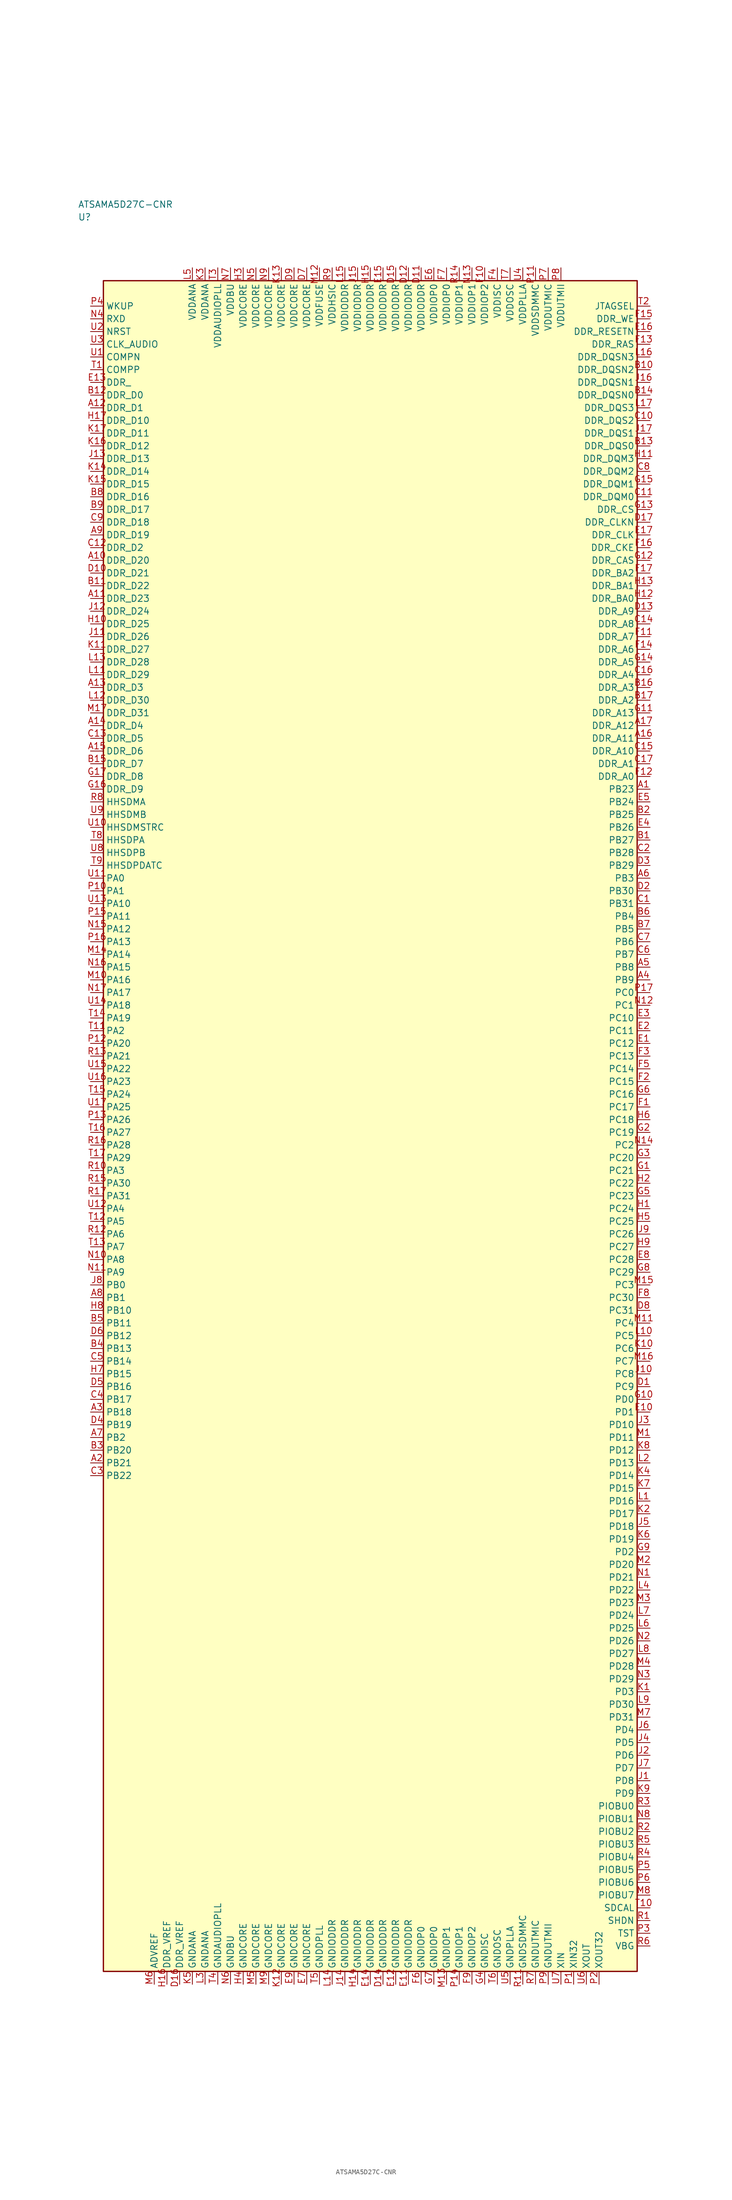
<source format=kicad_sym>
(kicad_symbol_lib
  (version 20241025)
  (generator "kicad_symbol_editor")
  (generator_version "8.0")
  (symbol "ATSAMA5D27C-CNR"
    (property "Reference" "U"
      (at -57.5 178.75 0)
      (effects (font (size 1.27 1.27)) (justify left)))
    (property "Value" "ATSAMA5D27C-CNR"
      (at -57.5 181.25 0)
      (effects (font (size 1.27 1.27)) (justify left)))
    (symbol "ATSAMA5D27C-CNR_0_1"
      (rectangle (start -52.5 166.25) (end 52.5 -166.25) (stroke (width 0.254) (type default)) (fill (type background))))
    (symbol "ATSAMA5D27C-CNR_1_1"
      (pin bidirectional line (at -55.04 48.75 0.0) (length 2.54) (name "PA0" (effects (font (size 1.27 1.27)))) (number "U11" (effects (font (size 1.27 1.27)))))
      (pin bidirectional line (at -55.04 46.25 0.0) (length 2.54) (name "PA1" (effects (font (size 1.27 1.27)))) (number "P10" (effects (font (size 1.27 1.27)))))
      (pin bidirectional line (at -55.04 18.75 0.0) (length 2.54) (name "PA2" (effects (font (size 1.27 1.27)))) (number "T11" (effects (font (size 1.27 1.27)))))
      (pin bidirectional line (at -55.04 -8.75 0.0) (length 2.54) (name "PA3" (effects (font (size 1.27 1.27)))) (number "R10" (effects (font (size 1.27 1.27)))))
      (pin bidirectional line (at -55.04 -16.25 0.0) (length 2.54) (name "PA4" (effects (font (size 1.27 1.27)))) (number "U12" (effects (font (size 1.27 1.27)))))
      (pin bidirectional line (at -55.04 -18.75 0.0) (length 2.54) (name "PA5" (effects (font (size 1.27 1.27)))) (number "T12" (effects (font (size 1.27 1.27)))))
      (pin bidirectional line (at -55.04 -21.25 0.0) (length 2.54) (name "PA6" (effects (font (size 1.27 1.27)))) (number "R12" (effects (font (size 1.27 1.27)))))
      (pin bidirectional line (at -55.04 -23.75 0.0) (length 2.54) (name "PA7" (effects (font (size 1.27 1.27)))) (number "T13" (effects (font (size 1.27 1.27)))))
      (pin bidirectional line (at -55.04 -26.25 0.0) (length 2.54) (name "PA8" (effects (font (size 1.27 1.27)))) (number "N10" (effects (font (size 1.27 1.27)))))
      (pin bidirectional line (at -55.04 -28.75 0.0) (length 2.54) (name "PA9" (effects (font (size 1.27 1.27)))) (number "N11" (effects (font (size 1.27 1.27)))))
      (pin bidirectional line (at -55.04 43.75 0.0) (length 2.54) (name "PA10" (effects (font (size 1.27 1.27)))) (number "U13" (effects (font (size 1.27 1.27)))))
      (pin bidirectional line (at -55.04 41.25 0.0) (length 2.54) (name "PA11" (effects (font (size 1.27 1.27)))) (number "P15" (effects (font (size 1.27 1.27)))))
      (pin bidirectional line (at -55.04 38.75 0.0) (length 2.54) (name "PA12" (effects (font (size 1.27 1.27)))) (number "N15" (effects (font (size 1.27 1.27)))))
      (pin bidirectional line (at -55.04 36.25 0.0) (length 2.54) (name "PA13" (effects (font (size 1.27 1.27)))) (number "P16" (effects (font (size 1.27 1.27)))))
      (pin bidirectional line (at -55.04 33.75 0.0) (length 2.54) (name "PA14" (effects (font (size 1.27 1.27)))) (number "M14" (effects (font (size 1.27 1.27)))))
      (pin bidirectional line (at -55.04 31.25 0.0) (length 2.54) (name "PA15" (effects (font (size 1.27 1.27)))) (number "N16" (effects (font (size 1.27 1.27)))))
      (pin bidirectional line (at -55.04 28.75 0.0) (length 2.54) (name "PA16" (effects (font (size 1.27 1.27)))) (number "M10" (effects (font (size 1.27 1.27)))))
      (pin bidirectional line (at -55.04 26.25 0.0) (length 2.54) (name "PA17" (effects (font (size 1.27 1.27)))) (number "N17" (effects (font (size 1.27 1.27)))))
      (pin bidirectional line (at -55.04 23.75 0.0) (length 2.54) (name "PA18" (effects (font (size 1.27 1.27)))) (number "U14" (effects (font (size 1.27 1.27)))))
      (pin bidirectional line (at -55.04 21.25 0.0) (length 2.54) (name "PA19" (effects (font (size 1.27 1.27)))) (number "T14" (effects (font (size 1.27 1.27)))))
      (pin bidirectional line (at -55.04 16.25 0.0) (length 2.54) (name "PA20" (effects (font (size 1.27 1.27)))) (number "P12" (effects (font (size 1.27 1.27)))))
      (pin bidirectional line (at -55.04 13.75 0.0) (length 2.54) (name "PA21" (effects (font (size 1.27 1.27)))) (number "R13" (effects (font (size 1.27 1.27)))))
      (pin bidirectional line (at -55.04 11.25 0.0) (length 2.54) (name "PA22" (effects (font (size 1.27 1.27)))) (number "U15" (effects (font (size 1.27 1.27)))))
      (pin bidirectional line (at -55.04 8.75 0.0) (length 2.54) (name "PA23" (effects (font (size 1.27 1.27)))) (number "U16" (effects (font (size 1.27 1.27)))))
      (pin bidirectional line (at -55.04 6.25 0.0) (length 2.54) (name "PA24" (effects (font (size 1.27 1.27)))) (number "T15" (effects (font (size 1.27 1.27)))))
      (pin bidirectional line (at -55.04 3.75 0.0) (length 2.54) (name "PA25" (effects (font (size 1.27 1.27)))) (number "U17" (effects (font (size 1.27 1.27)))))
      (pin bidirectional line (at -55.04 1.25 0.0) (length 2.54) (name "PA26" (effects (font (size 1.27 1.27)))) (number "P13" (effects (font (size 1.27 1.27)))))
      (pin bidirectional line (at -55.04 -1.25 0.0) (length 2.54) (name "PA27" (effects (font (size 1.27 1.27)))) (number "T16" (effects (font (size 1.27 1.27)))))
      (pin bidirectional line (at -55.04 -3.75 0.0) (length 2.54) (name "PA28" (effects (font (size 1.27 1.27)))) (number "R16" (effects (font (size 1.27 1.27)))))
      (pin bidirectional line (at -55.04 -6.25 0.0) (length 2.54) (name "PA29" (effects (font (size 1.27 1.27)))) (number "T17" (effects (font (size 1.27 1.27)))))
      (pin bidirectional line (at -55.04 -11.25 0.0) (length 2.54) (name "PA30" (effects (font (size 1.27 1.27)))) (number "R15" (effects (font (size 1.27 1.27)))))
      (pin bidirectional line (at -55.04 -13.75 0.0) (length 2.54) (name "PA31" (effects (font (size 1.27 1.27)))) (number "R17" (effects (font (size 1.27 1.27)))))
      (pin bidirectional line (at -55.04 -31.25 0.0) (length 2.54) (name "PB0" (effects (font (size 1.27 1.27)))) (number "J8" (effects (font (size 1.27 1.27)))))
      (pin bidirectional line (at -55.04 -33.75 0.0) (length 2.54) (name "PB1" (effects (font (size 1.27 1.27)))) (number "A8" (effects (font (size 1.27 1.27)))))
      (pin bidirectional line (at -55.04 -61.25 0.0) (length 2.54) (name "PB2" (effects (font (size 1.27 1.27)))) (number "A7" (effects (font (size 1.27 1.27)))))
      (pin bidirectional line (at 55.04 48.75 180.0) (length 2.54) (name "PB3" (effects (font (size 1.27 1.27)))) (number "A6" (effects (font (size 1.27 1.27)))))
      (pin bidirectional line (at 55.04 41.25 180.0) (length 2.54) (name "PB4" (effects (font (size 1.27 1.27)))) (number "B6" (effects (font (size 1.27 1.27)))))
      (pin bidirectional line (at 55.04 38.75 180.0) (length 2.54) (name "PB5" (effects (font (size 1.27 1.27)))) (number "B7" (effects (font (size 1.27 1.27)))))
      (pin bidirectional line (at 55.04 36.25 180.0) (length 2.54) (name "PB6" (effects (font (size 1.27 1.27)))) (number "C7" (effects (font (size 1.27 1.27)))))
      (pin bidirectional line (at 55.04 33.75 180.0) (length 2.54) (name "PB7" (effects (font (size 1.27 1.27)))) (number "C6" (effects (font (size 1.27 1.27)))))
      (pin bidirectional line (at 55.04 31.25 180.0) (length 2.54) (name "PB8" (effects (font (size 1.27 1.27)))) (number "A5" (effects (font (size 1.27 1.27)))))
      (pin bidirectional line (at 55.04 28.75 180.0) (length 2.54) (name "PB9" (effects (font (size 1.27 1.27)))) (number "A4" (effects (font (size 1.27 1.27)))))
      (pin bidirectional line (at -55.04 -36.25 0.0) (length 2.54) (name "PB10" (effects (font (size 1.27 1.27)))) (number "H8" (effects (font (size 1.27 1.27)))))
      (pin bidirectional line (at -55.04 -38.75 0.0) (length 2.54) (name "PB11" (effects (font (size 1.27 1.27)))) (number "B5" (effects (font (size 1.27 1.27)))))
      (pin bidirectional line (at -55.04 -41.25 0.0) (length 2.54) (name "PB12" (effects (font (size 1.27 1.27)))) (number "D6" (effects (font (size 1.27 1.27)))))
      (pin bidirectional line (at -55.04 -43.75 0.0) (length 2.54) (name "PB13" (effects (font (size 1.27 1.27)))) (number "B4" (effects (font (size 1.27 1.27)))))
      (pin bidirectional line (at -55.04 -46.25 0.0) (length 2.54) (name "PB14" (effects (font (size 1.27 1.27)))) (number "C5" (effects (font (size 1.27 1.27)))))
      (pin bidirectional line (at -55.04 -48.75 0.0) (length 2.54) (name "PB15" (effects (font (size 1.27 1.27)))) (number "H7" (effects (font (size 1.27 1.27)))))
      (pin bidirectional line (at -55.04 -51.25 0.0) (length 2.54) (name "PB16" (effects (font (size 1.27 1.27)))) (number "D5" (effects (font (size 1.27 1.27)))))
      (pin bidirectional line (at -55.04 -53.75 0.0) (length 2.54) (name "PB17" (effects (font (size 1.27 1.27)))) (number "C4" (effects (font (size 1.27 1.27)))))
      (pin bidirectional line (at -55.04 -56.25 0.0) (length 2.54) (name "PB18" (effects (font (size 1.27 1.27)))) (number "A3" (effects (font (size 1.27 1.27)))))
      (pin bidirectional line (at -55.04 -58.75 0.0) (length 2.54) (name "PB19" (effects (font (size 1.27 1.27)))) (number "D4" (effects (font (size 1.27 1.27)))))
      (pin bidirectional line (at -55.04 -63.75 0.0) (length 2.54) (name "PB20" (effects (font (size 1.27 1.27)))) (number "B3" (effects (font (size 1.27 1.27)))))
      (pin bidirectional line (at -55.04 -66.25 0.0) (length 2.54) (name "PB21" (effects (font (size 1.27 1.27)))) (number "A2" (effects (font (size 1.27 1.27)))))
      (pin bidirectional line (at -55.04 -68.75 0.0) (length 2.54) (name "PB22" (effects (font (size 1.27 1.27)))) (number "C3" (effects (font (size 1.27 1.27)))))
      (pin bidirectional line (at 55.04 66.25 180.0) (length 2.54) (name "PB23" (effects (font (size 1.27 1.27)))) (number "A1" (effects (font (size 1.27 1.27)))))
      (pin bidirectional line (at 55.04 63.75 180.0) (length 2.54) (name "PB24" (effects (font (size 1.27 1.27)))) (number "E5" (effects (font (size 1.27 1.27)))))
      (pin bidirectional line (at 55.04 61.25 180.0) (length 2.54) (name "PB25" (effects (font (size 1.27 1.27)))) (number "B2" (effects (font (size 1.27 1.27)))))
      (pin bidirectional line (at 55.04 58.75 180.0) (length 2.54) (name "PB26" (effects (font (size 1.27 1.27)))) (number "E4" (effects (font (size 1.27 1.27)))))
      (pin bidirectional line (at 55.04 56.25 180.0) (length 2.54) (name "PB27" (effects (font (size 1.27 1.27)))) (number "B1" (effects (font (size 1.27 1.27)))))
      (pin bidirectional line (at 55.04 53.75 180.0) (length 2.54) (name "PB28" (effects (font (size 1.27 1.27)))) (number "C2" (effects (font (size 1.27 1.27)))))
      (pin bidirectional line (at 55.04 51.25 180.0) (length 2.54) (name "PB29" (effects (font (size 1.27 1.27)))) (number "D3" (effects (font (size 1.27 1.27)))))
      (pin bidirectional line (at 55.04 46.25 180.0) (length 2.54) (name "PB30" (effects (font (size 1.27 1.27)))) (number "D2" (effects (font (size 1.27 1.27)))))
      (pin bidirectional line (at 55.04 43.75 180.0) (length 2.54) (name "PB31" (effects (font (size 1.27 1.27)))) (number "C1" (effects (font (size 1.27 1.27)))))
      (pin bidirectional line (at 55.04 26.25 180.0) (length 2.54) (name "PC0" (effects (font (size 1.27 1.27)))) (number "P17" (effects (font (size 1.27 1.27)))))
      (pin bidirectional line (at 55.04 23.75 180.0) (length 2.54) (name "PC1" (effects (font (size 1.27 1.27)))) (number "N12" (effects (font (size 1.27 1.27)))))
      (pin bidirectional line (at 55.04 -3.75 180.0) (length 2.54) (name "PC2" (effects (font (size 1.27 1.27)))) (number "N14" (effects (font (size 1.27 1.27)))))
      (pin bidirectional line (at 55.04 -31.25 180.0) (length 2.54) (name "PC3" (effects (font (size 1.27 1.27)))) (number "M15" (effects (font (size 1.27 1.27)))))
      (pin bidirectional line (at 55.04 -38.75 180.0) (length 2.54) (name "PC4" (effects (font (size 1.27 1.27)))) (number "M11" (effects (font (size 1.27 1.27)))))
      (pin bidirectional line (at 55.04 -41.25 180.0) (length 2.54) (name "PC5" (effects (font (size 1.27 1.27)))) (number "L10" (effects (font (size 1.27 1.27)))))
      (pin bidirectional line (at 55.04 -43.75 180.0) (length 2.54) (name "PC6" (effects (font (size 1.27 1.27)))) (number "K10" (effects (font (size 1.27 1.27)))))
      (pin bidirectional line (at 55.04 -46.25 180.0) (length 2.54) (name "PC7" (effects (font (size 1.27 1.27)))) (number "M16" (effects (font (size 1.27 1.27)))))
      (pin bidirectional line (at 55.04 -48.75 180.0) (length 2.54) (name "PC8" (effects (font (size 1.27 1.27)))) (number "J10" (effects (font (size 1.27 1.27)))))
      (pin bidirectional line (at 55.04 -51.25 180.0) (length 2.54) (name "PC9" (effects (font (size 1.27 1.27)))) (number "D1" (effects (font (size 1.27 1.27)))))
      (pin bidirectional line (at 55.04 21.25 180.0) (length 2.54) (name "PC10" (effects (font (size 1.27 1.27)))) (number "E3" (effects (font (size 1.27 1.27)))))
      (pin bidirectional line (at 55.04 18.75 180.0) (length 2.54) (name "PC11" (effects (font (size 1.27 1.27)))) (number "E2" (effects (font (size 1.27 1.27)))))
      (pin bidirectional line (at 55.04 16.25 180.0) (length 2.54) (name "PC12" (effects (font (size 1.27 1.27)))) (number "E1" (effects (font (size 1.27 1.27)))))
      (pin bidirectional line (at 55.04 13.75 180.0) (length 2.54) (name "PC13" (effects (font (size 1.27 1.27)))) (number "F3" (effects (font (size 1.27 1.27)))))
      (pin bidirectional line (at 55.04 11.25 180.0) (length 2.54) (name "PC14" (effects (font (size 1.27 1.27)))) (number "F5" (effects (font (size 1.27 1.27)))))
      (pin bidirectional line (at 55.04 8.75 180.0) (length 2.54) (name "PC15" (effects (font (size 1.27 1.27)))) (number "F2" (effects (font (size 1.27 1.27)))))
      (pin bidirectional line (at 55.04 6.25 180.0) (length 2.54) (name "PC16" (effects (font (size 1.27 1.27)))) (number "G6" (effects (font (size 1.27 1.27)))))
      (pin bidirectional line (at 55.04 3.75 180.0) (length 2.54) (name "PC17" (effects (font (size 1.27 1.27)))) (number "F1" (effects (font (size 1.27 1.27)))))
      (pin bidirectional line (at 55.04 1.25 180.0) (length 2.54) (name "PC18" (effects (font (size 1.27 1.27)))) (number "H6" (effects (font (size 1.27 1.27)))))
      (pin bidirectional line (at 55.04 -1.25 180.0) (length 2.54) (name "PC19" (effects (font (size 1.27 1.27)))) (number "G2" (effects (font (size 1.27 1.27)))))
      (pin bidirectional line (at 55.04 -6.25 180.0) (length 2.54) (name "PC20" (effects (font (size 1.27 1.27)))) (number "G3" (effects (font (size 1.27 1.27)))))
      (pin bidirectional line (at 55.04 -8.75 180.0) (length 2.54) (name "PC21" (effects (font (size 1.27 1.27)))) (number "G1" (effects (font (size 1.27 1.27)))))
      (pin bidirectional line (at 55.04 -11.25 180.0) (length 2.54) (name "PC22" (effects (font (size 1.27 1.27)))) (number "H2" (effects (font (size 1.27 1.27)))))
      (pin bidirectional line (at 55.04 -13.75 180.0) (length 2.54) (name "PC23" (effects (font (size 1.27 1.27)))) (number "G5" (effects (font (size 1.27 1.27)))))
      (pin bidirectional line (at 55.04 -16.25 180.0) (length 2.54) (name "PC24" (effects (font (size 1.27 1.27)))) (number "H1" (effects (font (size 1.27 1.27)))))
      (pin bidirectional line (at 55.04 -18.75 180.0) (length 2.54) (name "PC25" (effects (font (size 1.27 1.27)))) (number "H5" (effects (font (size 1.27 1.27)))))
      (pin bidirectional line (at 55.04 -21.25 180.0) (length 2.54) (name "PC26" (effects (font (size 1.27 1.27)))) (number "J9" (effects (font (size 1.27 1.27)))))
      (pin bidirectional line (at 55.04 -23.75 180.0) (length 2.54) (name "PC27" (effects (font (size 1.27 1.27)))) (number "H9" (effects (font (size 1.27 1.27)))))
      (pin bidirectional line (at 55.04 -26.25 180.0) (length 2.54) (name "PC28" (effects (font (size 1.27 1.27)))) (number "E8" (effects (font (size 1.27 1.27)))))
      (pin bidirectional line (at 55.04 -28.75 180.0) (length 2.54) (name "PC29" (effects (font (size 1.27 1.27)))) (number "G8" (effects (font (size 1.27 1.27)))))
      (pin bidirectional line (at 55.04 -33.75 180.0) (length 2.54) (name "PC30" (effects (font (size 1.27 1.27)))) (number "F8" (effects (font (size 1.27 1.27)))))
      (pin bidirectional line (at 55.04 -36.25 180.0) (length 2.54) (name "PC31" (effects (font (size 1.27 1.27)))) (number "D8" (effects (font (size 1.27 1.27)))))
      (pin bidirectional line (at 55.04 -53.75 180.0) (length 2.54) (name "PD0" (effects (font (size 1.27 1.27)))) (number "G10" (effects (font (size 1.27 1.27)))))
      (pin bidirectional line (at 55.04 -56.25 180.0) (length 2.54) (name "PD1" (effects (font (size 1.27 1.27)))) (number "E10" (effects (font (size 1.27 1.27)))))
      (pin bidirectional line (at 55.04 -83.75 180.0) (length 2.54) (name "PD2" (effects (font (size 1.27 1.27)))) (number "G9" (effects (font (size 1.27 1.27)))))
      (pin bidirectional line (at 55.04 -111.25 180.0) (length 2.54) (name "PD3" (effects (font (size 1.27 1.27)))) (number "K1" (effects (font (size 1.27 1.27)))))
      (pin bidirectional line (at 55.04 -118.75 180.0) (length 2.54) (name "PD4" (effects (font (size 1.27 1.27)))) (number "J6" (effects (font (size 1.27 1.27)))))
      (pin bidirectional line (at 55.04 -121.25 180.0) (length 2.54) (name "PD5" (effects (font (size 1.27 1.27)))) (number "J4" (effects (font (size 1.27 1.27)))))
      (pin bidirectional line (at 55.04 -123.75 180.0) (length 2.54) (name "PD6" (effects (font (size 1.27 1.27)))) (number "J2" (effects (font (size 1.27 1.27)))))
      (pin bidirectional line (at 55.04 -126.25 180.0) (length 2.54) (name "PD7" (effects (font (size 1.27 1.27)))) (number "J7" (effects (font (size 1.27 1.27)))))
      (pin bidirectional line (at 55.04 -128.75 180.0) (length 2.54) (name "PD8" (effects (font (size 1.27 1.27)))) (number "J1" (effects (font (size 1.27 1.27)))))
      (pin bidirectional line (at 55.04 -131.25 180.0) (length 2.54) (name "PD9" (effects (font (size 1.27 1.27)))) (number "K9" (effects (font (size 1.27 1.27)))))
      (pin bidirectional line (at 55.04 -58.75 180.0) (length 2.54) (name "PD10" (effects (font (size 1.27 1.27)))) (number "J3" (effects (font (size 1.27 1.27)))))
      (pin bidirectional line (at 55.04 -61.25 180.0) (length 2.54) (name "PD11" (effects (font (size 1.27 1.27)))) (number "M1" (effects (font (size 1.27 1.27)))))
      (pin bidirectional line (at 55.04 -63.75 180.0) (length 2.54) (name "PD12" (effects (font (size 1.27 1.27)))) (number "K8" (effects (font (size 1.27 1.27)))))
      (pin bidirectional line (at 55.04 -66.25 180.0) (length 2.54) (name "PD13" (effects (font (size 1.27 1.27)))) (number "L2" (effects (font (size 1.27 1.27)))))
      (pin bidirectional line (at 55.04 -68.75 180.0) (length 2.54) (name "PD14" (effects (font (size 1.27 1.27)))) (number "K4" (effects (font (size 1.27 1.27)))))
      (pin bidirectional line (at 55.04 -71.25 180.0) (length 2.54) (name "PD15" (effects (font (size 1.27 1.27)))) (number "K7" (effects (font (size 1.27 1.27)))))
      (pin bidirectional line (at 55.04 -73.75 180.0) (length 2.54) (name "PD16" (effects (font (size 1.27 1.27)))) (number "L1" (effects (font (size 1.27 1.27)))))
      (pin bidirectional line (at 55.04 -76.25 180.0) (length 2.54) (name "PD17" (effects (font (size 1.27 1.27)))) (number "K2" (effects (font (size 1.27 1.27)))))
      (pin bidirectional line (at 55.04 -78.75 180.0) (length 2.54) (name "PD18" (effects (font (size 1.27 1.27)))) (number "J5" (effects (font (size 1.27 1.27)))))
      (pin bidirectional line (at 55.04 -81.25 180.0) (length 2.54) (name "PD19" (effects (font (size 1.27 1.27)))) (number "K6" (effects (font (size 1.27 1.27)))))
      (pin bidirectional line (at 55.04 -86.25 180.0) (length 2.54) (name "PD20" (effects (font (size 1.27 1.27)))) (number "M2" (effects (font (size 1.27 1.27)))))
      (pin bidirectional line (at 55.04 -88.75 180.0) (length 2.54) (name "PD21" (effects (font (size 1.27 1.27)))) (number "N1" (effects (font (size 1.27 1.27)))))
      (pin bidirectional line (at 55.04 -91.25 180.0) (length 2.54) (name "PD22" (effects (font (size 1.27 1.27)))) (number "L4" (effects (font (size 1.27 1.27)))))
      (pin bidirectional line (at 55.04 -93.75 180.0) (length 2.54) (name "PD23" (effects (font (size 1.27 1.27)))) (number "M3" (effects (font (size 1.27 1.27)))))
      (pin bidirectional line (at 55.04 -96.25 180.0) (length 2.54) (name "PD24" (effects (font (size 1.27 1.27)))) (number "L7" (effects (font (size 1.27 1.27)))))
      (pin bidirectional line (at 55.04 -98.75 180.0) (length 2.54) (name "PD25" (effects (font (size 1.27 1.27)))) (number "L6" (effects (font (size 1.27 1.27)))))
      (pin bidirectional line (at 55.04 -101.25 180.0) (length 2.54) (name "PD26" (effects (font (size 1.27 1.27)))) (number "N2" (effects (font (size 1.27 1.27)))))
      (pin bidirectional line (at 55.04 -103.75 180.0) (length 2.54) (name "PD27" (effects (font (size 1.27 1.27)))) (number "L8" (effects (font (size 1.27 1.27)))))
      (pin bidirectional line (at 55.04 -106.25 180.0) (length 2.54) (name "PD28" (effects (font (size 1.27 1.27)))) (number "M4" (effects (font (size 1.27 1.27)))))
      (pin bidirectional line (at 55.04 -108.75 180.0) (length 2.54) (name "PD29" (effects (font (size 1.27 1.27)))) (number "N3" (effects (font (size 1.27 1.27)))))
      (pin bidirectional line (at 55.04 -113.75 180.0) (length 2.54) (name "PD30" (effects (font (size 1.27 1.27)))) (number "L9" (effects (font (size 1.27 1.27)))))
      (pin bidirectional line (at 55.04 -116.25 180.0) (length 2.54) (name "PD31" (effects (font (size 1.27 1.27)))) (number "M7" (effects (font (size 1.27 1.27)))))
      (pin power_in line (at -35.0 168.79 270.0) (length 2.54) (name "VDDANA" (effects (font (size 1.27 1.27)))) (number "L5" (effects (font (size 1.27 1.27)))))
      (pin passive line (at -35.0 -168.79 90.0) (length 2.54) (name "GNDANA" (effects (font (size 1.27 1.27)))) (number "K5" (effects (font (size 1.27 1.27)))))
      (pin passive line (at -42.5 -168.79 90.0) (length 2.54) (name "ADVREF" (effects (font (size 1.27 1.27)))) (number "M6" (effects (font (size 1.27 1.27)))))
      (pin power_in line (at -32.5 168.79 270.0) (length 2.54) (name "VDDANA" (effects (font (size 1.27 1.27)))) (number "K3" (effects (font (size 1.27 1.27)))))
      (pin passive line (at -32.5 -168.79 90.0) (length 2.54) (name "GNDANA" (effects (font (size 1.27 1.27)))) (number "L3" (effects (font (size 1.27 1.27)))))
      (pin passive line (at -40.0 -168.79 90.0) (length 2.54) (name "DDR_VREF" (effects (font (size 1.27 1.27)))) (number "H16" (effects (font (size 1.27 1.27)))))
      (pin passive line (at -37.5 -168.79 90.0) (length 2.54) (name "DDR_VREF" (effects (font (size 1.27 1.27)))) (number "D16" (effects (font (size 1.27 1.27)))))
      (pin bidirectional line (at -55.04 143.75 0.0) (length 2.54) (name "DDR_D0" (effects (font (size 1.27 1.27)))) (number "B12" (effects (font (size 1.27 1.27)))))
      (pin bidirectional line (at -55.04 141.25 0.0) (length 2.54) (name "DDR_D1" (effects (font (size 1.27 1.27)))) (number "A12" (effects (font (size 1.27 1.27)))))
      (pin bidirectional line (at -55.04 113.75 0.0) (length 2.54) (name "DDR_D2" (effects (font (size 1.27 1.27)))) (number "C12" (effects (font (size 1.27 1.27)))))
      (pin bidirectional line (at -55.04 86.25 0.0) (length 2.54) (name "DDR_D3" (effects (font (size 1.27 1.27)))) (number "A13" (effects (font (size 1.27 1.27)))))
      (pin bidirectional line (at -55.04 78.75 0.0) (length 2.54) (name "DDR_D4" (effects (font (size 1.27 1.27)))) (number "A14" (effects (font (size 1.27 1.27)))))
      (pin bidirectional line (at -55.04 76.25 0.0) (length 2.54) (name "DDR_D5" (effects (font (size 1.27 1.27)))) (number "C13" (effects (font (size 1.27 1.27)))))
      (pin bidirectional line (at -55.04 73.75 0.0) (length 2.54) (name "DDR_D6" (effects (font (size 1.27 1.27)))) (number "A15" (effects (font (size 1.27 1.27)))))
      (pin bidirectional line (at -55.04 71.25 0.0) (length 2.54) (name "DDR_D7" (effects (font (size 1.27 1.27)))) (number "B15" (effects (font (size 1.27 1.27)))))
      (pin bidirectional line (at -55.04 68.75 0.0) (length 2.54) (name "DDR_D8" (effects (font (size 1.27 1.27)))) (number "G17" (effects (font (size 1.27 1.27)))))
      (pin bidirectional line (at -55.04 66.25 0.0) (length 2.54) (name "DDR_D9" (effects (font (size 1.27 1.27)))) (number "G16" (effects (font (size 1.27 1.27)))))
      (pin bidirectional line (at -55.04 138.75 0.0) (length 2.54) (name "DDR_D10" (effects (font (size 1.27 1.27)))) (number "H17" (effects (font (size 1.27 1.27)))))
      (pin bidirectional line (at -55.04 136.25 0.0) (length 2.54) (name "DDR_D11" (effects (font (size 1.27 1.27)))) (number "K17" (effects (font (size 1.27 1.27)))))
      (pin bidirectional line (at -55.04 133.75 0.0) (length 2.54) (name "DDR_D12" (effects (font (size 1.27 1.27)))) (number "K16" (effects (font (size 1.27 1.27)))))
      (pin bidirectional line (at -55.04 131.25 0.0) (length 2.54) (name "DDR_D13" (effects (font (size 1.27 1.27)))) (number "J13" (effects (font (size 1.27 1.27)))))
      (pin bidirectional line (at -55.04 128.75 0.0) (length 2.54) (name "DDR_D14" (effects (font (size 1.27 1.27)))) (number "K14" (effects (font (size 1.27 1.27)))))
      (pin bidirectional line (at -55.04 126.25 0.0) (length 2.54) (name "DDR_D15" (effects (font (size 1.27 1.27)))) (number "K15" (effects (font (size 1.27 1.27)))))
      (pin bidirectional line (at -55.04 123.75 0.0) (length 2.54) (name "DDR_D16" (effects (font (size 1.27 1.27)))) (number "B8" (effects (font (size 1.27 1.27)))))
      (pin bidirectional line (at -55.04 121.25 0.0) (length 2.54) (name "DDR_D17" (effects (font (size 1.27 1.27)))) (number "B9" (effects (font (size 1.27 1.27)))))
      (pin bidirectional line (at -55.04 118.75 0.0) (length 2.54) (name "DDR_D18" (effects (font (size 1.27 1.27)))) (number "C9" (effects (font (size 1.27 1.27)))))
      (pin bidirectional line (at -55.04 116.25 0.0) (length 2.54) (name "DDR_D19" (effects (font (size 1.27 1.27)))) (number "A9" (effects (font (size 1.27 1.27)))))
      (pin bidirectional line (at -55.04 111.25 0.0) (length 2.54) (name "DDR_D20" (effects (font (size 1.27 1.27)))) (number "A10" (effects (font (size 1.27 1.27)))))
      (pin bidirectional line (at -55.04 108.75 0.0) (length 2.54) (name "DDR_D21" (effects (font (size 1.27 1.27)))) (number "D10" (effects (font (size 1.27 1.27)))))
      (pin bidirectional line (at -55.04 106.25 0.0) (length 2.54) (name "DDR_D22" (effects (font (size 1.27 1.27)))) (number "B11" (effects (font (size 1.27 1.27)))))
      (pin bidirectional line (at -55.04 103.75 0.0) (length 2.54) (name "DDR_D23" (effects (font (size 1.27 1.27)))) (number "A11" (effects (font (size 1.27 1.27)))))
      (pin bidirectional line (at -55.04 101.25 0.0) (length 2.54) (name "DDR_D24" (effects (font (size 1.27 1.27)))) (number "J12" (effects (font (size 1.27 1.27)))))
      (pin bidirectional line (at -55.04 98.75 0.0) (length 2.54) (name "DDR_D25" (effects (font (size 1.27 1.27)))) (number "H10" (effects (font (size 1.27 1.27)))))
      (pin bidirectional line (at -55.04 96.25 0.0) (length 2.54) (name "DDR_D26" (effects (font (size 1.27 1.27)))) (number "J11" (effects (font (size 1.27 1.27)))))
      (pin bidirectional line (at -55.04 93.75 0.0) (length 2.54) (name "DDR_D27" (effects (font (size 1.27 1.27)))) (number "K11" (effects (font (size 1.27 1.27)))))
      (pin bidirectional line (at -55.04 91.25 0.0) (length 2.54) (name "DDR_D28" (effects (font (size 1.27 1.27)))) (number "L13" (effects (font (size 1.27 1.27)))))
      (pin bidirectional line (at -55.04 88.75 0.0) (length 2.54) (name "DDR_D29" (effects (font (size 1.27 1.27)))) (number "L11" (effects (font (size 1.27 1.27)))))
      (pin bidirectional line (at -55.04 83.75 0.0) (length 2.54) (name "DDR_D30" (effects (font (size 1.27 1.27)))) (number "L12" (effects (font (size 1.27 1.27)))))
      (pin bidirectional line (at -55.04 81.25 0.0) (length 2.54) (name "DDR_D31" (effects (font (size 1.27 1.27)))) (number "M17" (effects (font (size 1.27 1.27)))))
      (pin output line (at 55.04 68.75 180.0) (length 2.54) (name "DDR_A0" (effects (font (size 1.27 1.27)))) (number "F12" (effects (font (size 1.27 1.27)))))
      (pin output line (at 55.04 71.25 180.0) (length 2.54) (name "DDR_A1" (effects (font (size 1.27 1.27)))) (number "C17" (effects (font (size 1.27 1.27)))))
      (pin output line (at 55.04 83.75 180.0) (length 2.54) (name "DDR_A2" (effects (font (size 1.27 1.27)))) (number "B17" (effects (font (size 1.27 1.27)))))
      (pin output line (at 55.04 86.25 180.0) (length 2.54) (name "DDR_A3" (effects (font (size 1.27 1.27)))) (number "B16" (effects (font (size 1.27 1.27)))))
      (pin output line (at 55.04 88.75 180.0) (length 2.54) (name "DDR_A4" (effects (font (size 1.27 1.27)))) (number "C16" (effects (font (size 1.27 1.27)))))
      (pin output line (at 55.04 91.25 180.0) (length 2.54) (name "DDR_A5" (effects (font (size 1.27 1.27)))) (number "G14" (effects (font (size 1.27 1.27)))))
      (pin output line (at 55.04 93.75 180.0) (length 2.54) (name "DDR_A6" (effects (font (size 1.27 1.27)))) (number "F14" (effects (font (size 1.27 1.27)))))
      (pin output line (at 55.04 96.25 180.0) (length 2.54) (name "DDR_A7" (effects (font (size 1.27 1.27)))) (number "F11" (effects (font (size 1.27 1.27)))))
      (pin output line (at 55.04 98.75 180.0) (length 2.54) (name "DDR_A8" (effects (font (size 1.27 1.27)))) (number "C14" (effects (font (size 1.27 1.27)))))
      (pin output line (at 55.04 101.25 180.0) (length 2.54) (name "DDR_A9" (effects (font (size 1.27 1.27)))) (number "D13" (effects (font (size 1.27 1.27)))))
      (pin output line (at 55.04 73.75 180.0) (length 2.54) (name "DDR_A10" (effects (font (size 1.27 1.27)))) (number "C15" (effects (font (size 1.27 1.27)))))
      (pin output line (at 55.04 76.25 180.0) (length 2.54) (name "DDR_A11" (effects (font (size 1.27 1.27)))) (number "A16" (effects (font (size 1.27 1.27)))))
      (pin output line (at 55.04 78.75 180.0) (length 2.54) (name "DDR_A12" (effects (font (size 1.27 1.27)))) (number "A17" (effects (font (size 1.27 1.27)))))
      (pin output line (at 55.04 81.25 180.0) (length 2.54) (name "DDR_A13" (effects (font (size 1.27 1.27)))) (number "G11" (effects (font (size 1.27 1.27)))))
      (pin output line (at 55.04 116.25 180.0) (length 2.54) (name "DDR_CLK" (effects (font (size 1.27 1.27)))) (number "E17" (effects (font (size 1.27 1.27)))))
      (pin output line (at 55.04 118.75 180.0) (length 2.54) (name "DDR_CLKN" (effects (font (size 1.27 1.27)))) (number "D17" (effects (font (size 1.27 1.27)))))
      (pin output line (at 55.04 113.75 180.0) (length 2.54) (name "DDR_CKE" (effects (font (size 1.27 1.27)))) (number "F16" (effects (font (size 1.27 1.27)))))
      (pin output line (at 55.04 156.25 180.0) (length 2.54) (name "DDR_RESETN" (effects (font (size 1.27 1.27)))) (number "E16" (effects (font (size 1.27 1.27)))))
      (pin output line (at 55.04 121.25 180.0) (length 2.54) (name "DDR_CS" (effects (font (size 1.27 1.27)))) (number "G13" (effects (font (size 1.27 1.27)))))
      (pin output line (at 55.04 158.75 180.0) (length 2.54) (name "DDR_WE" (effects (font (size 1.27 1.27)))) (number "F15" (effects (font (size 1.27 1.27)))))
      (pin output line (at 55.04 153.75 180.0) (length 2.54) (name "DDR_RAS" (effects (font (size 1.27 1.27)))) (number "F13" (effects (font (size 1.27 1.27)))))
      (pin output line (at 55.04 111.25 180.0) (length 2.54) (name "DDR_CAS" (effects (font (size 1.27 1.27)))) (number "G12" (effects (font (size 1.27 1.27)))))
      (pin output line (at 55.04 123.75 180.0) (length 2.54) (name "DDR_DQM0" (effects (font (size 1.27 1.27)))) (number "C11" (effects (font (size 1.27 1.27)))))
      (pin output line (at 55.04 126.25 180.0) (length 2.54) (name "DDR_DQM1" (effects (font (size 1.27 1.27)))) (number "G15" (effects (font (size 1.27 1.27)))))
      (pin output line (at 55.04 128.75 180.0) (length 2.54) (name "DDR_DQM2" (effects (font (size 1.27 1.27)))) (number "C8" (effects (font (size 1.27 1.27)))))
      (pin output line (at 55.04 131.25 180.0) (length 2.54) (name "DDR_DQM3" (effects (font (size 1.27 1.27)))) (number "H11" (effects (font (size 1.27 1.27)))))
      (pin output line (at 55.04 133.75 180.0) (length 2.54) (name "DDR_DQS0" (effects (font (size 1.27 1.27)))) (number "B13" (effects (font (size 1.27 1.27)))))
      (pin output line (at 55.04 136.25 180.0) (length 2.54) (name "DDR_DQS1" (effects (font (size 1.27 1.27)))) (number "J17" (effects (font (size 1.27 1.27)))))
      (pin output line (at 55.04 138.75 180.0) (length 2.54) (name "DDR_DQS2" (effects (font (size 1.27 1.27)))) (number "C10" (effects (font (size 1.27 1.27)))))
      (pin output line (at 55.04 141.25 180.0) (length 2.54) (name "DDR_DQS3" (effects (font (size 1.27 1.27)))) (number "L17" (effects (font (size 1.27 1.27)))))
      (pin output line (at 55.04 143.75 180.0) (length 2.54) (name "DDR_DQSN0" (effects (font (size 1.27 1.27)))) (number "B14" (effects (font (size 1.27 1.27)))))
      (pin output line (at 55.04 146.25 180.0) (length 2.54) (name "DDR_DQSN1" (effects (font (size 1.27 1.27)))) (number "J16" (effects (font (size 1.27 1.27)))))
      (pin output line (at 55.04 148.75 180.0) (length 2.54) (name "DDR_DQSN2" (effects (font (size 1.27 1.27)))) (number "B10" (effects (font (size 1.27 1.27)))))
      (pin output line (at 55.04 151.25 180.0) (length 2.54) (name "DDR_DQSN3" (effects (font (size 1.27 1.27)))) (number "L16" (effects (font (size 1.27 1.27)))))
      (pin output line (at 55.04 103.75 180.0) (length 2.54) (name "DDR_BA0" (effects (font (size 1.27 1.27)))) (number "H12" (effects (font (size 1.27 1.27)))))
      (pin output line (at 55.04 106.25 180.0) (length 2.54) (name "DDR_BA1" (effects (font (size 1.27 1.27)))) (number "H13" (effects (font (size 1.27 1.27)))))
      (pin output line (at 55.04 108.75 180.0) (length 2.54) (name "DDR_BA2" (effects (font (size 1.27 1.27)))) (number "F17" (effects (font (size 1.27 1.27)))))
      (pin bidirectional line (at -55.04 146.25 0.0) (length 2.54) (name "DDR_" (effects (font (size 1.27 1.27)))) (number "E13" (effects (font (size 1.27 1.27)))))
      (pin power_in line (at -5.0 168.79 270.0) (length 2.54) (name "VDDIODDR" (effects (font (size 1.27 1.27)))) (number "L15" (effects (font (size 1.27 1.27)))))
      (pin power_in line (at -2.5 168.79 270.0) (length 2.54) (name "VDDIODDR" (effects (font (size 1.27 1.27)))) (number "J15" (effects (font (size 1.27 1.27)))))
      (pin power_in line (at 0.0 168.79 270.0) (length 2.54) (name "VDDIODDR" (effects (font (size 1.27 1.27)))) (number "H15" (effects (font (size 1.27 1.27)))))
      (pin power_in line (at 2.5 168.79 270.0) (length 2.54) (name "VDDIODDR" (effects (font (size 1.27 1.27)))) (number "E15" (effects (font (size 1.27 1.27)))))
      (pin power_in line (at 5.0 168.79 270.0) (length 2.54) (name "VDDIODDR" (effects (font (size 1.27 1.27)))) (number "D15" (effects (font (size 1.27 1.27)))))
      (pin power_in line (at 7.5 168.79 270.0) (length 2.54) (name "VDDIODDR" (effects (font (size 1.27 1.27)))) (number "D12" (effects (font (size 1.27 1.27)))))
      (pin power_in line (at 10.0 168.79 270.0) (length 2.54) (name "VDDIODDR" (effects (font (size 1.27 1.27)))) (number "D11" (effects (font (size 1.27 1.27)))))
      (pin passive line (at -7.5 -168.79 90.0) (length 2.54) (name "GNDIODDR" (effects (font (size 1.27 1.27)))) (number "L14" (effects (font (size 1.27 1.27)))))
      (pin passive line (at -5.0 -168.79 90.0) (length 2.54) (name "GNDIODDR" (effects (font (size 1.27 1.27)))) (number "J14" (effects (font (size 1.27 1.27)))))
      (pin passive line (at -2.5 -168.79 90.0) (length 2.54) (name "GNDIODDR" (effects (font (size 1.27 1.27)))) (number "H14" (effects (font (size 1.27 1.27)))))
      (pin passive line (at 0.0 -168.79 90.0) (length 2.54) (name "GNDIODDR" (effects (font (size 1.27 1.27)))) (number "E14" (effects (font (size 1.27 1.27)))))
      (pin passive line (at 2.5 -168.79 90.0) (length 2.54) (name "GNDIODDR" (effects (font (size 1.27 1.27)))) (number "D14" (effects (font (size 1.27 1.27)))))
      (pin passive line (at 5.0 -168.79 90.0) (length 2.54) (name "GNDIODDR" (effects (font (size 1.27 1.27)))) (number "E12" (effects (font (size 1.27 1.27)))))
      (pin passive line (at 7.5 -168.79 90.0) (length 2.54) (name "GNDIODDR" (effects (font (size 1.27 1.27)))) (number "E11" (effects (font (size 1.27 1.27)))))
      (pin power_in line (at -25.0 168.79 270.0) (length 2.54) (name "VDDCORE" (effects (font (size 1.27 1.27)))) (number "H3" (effects (font (size 1.27 1.27)))))
      (pin power_in line (at -22.5 168.79 270.0) (length 2.54) (name "VDDCORE" (effects (font (size 1.27 1.27)))) (number "N5" (effects (font (size 1.27 1.27)))))
      (pin power_in line (at -20.0 168.79 270.0) (length 2.54) (name "VDDCORE" (effects (font (size 1.27 1.27)))) (number "N9" (effects (font (size 1.27 1.27)))))
      (pin power_in line (at -17.5 168.79 270.0) (length 2.54) (name "VDDCORE" (effects (font (size 1.27 1.27)))) (number "K13" (effects (font (size 1.27 1.27)))))
      (pin power_in line (at -15.0 168.79 270.0) (length 2.54) (name "VDDCORE" (effects (font (size 1.27 1.27)))) (number "D9" (effects (font (size 1.27 1.27)))))
      (pin power_in line (at -12.5 168.79 270.0) (length 2.54) (name "VDDCORE" (effects (font (size 1.27 1.27)))) (number "D7" (effects (font (size 1.27 1.27)))))
      (pin passive line (at -25.0 -168.79 90.0) (length 2.54) (name "GNDCORE" (effects (font (size 1.27 1.27)))) (number "H4" (effects (font (size 1.27 1.27)))))
      (pin passive line (at -22.5 -168.79 90.0) (length 2.54) (name "GNDCORE" (effects (font (size 1.27 1.27)))) (number "M5" (effects (font (size 1.27 1.27)))))
      (pin passive line (at -20.0 -168.79 90.0) (length 2.54) (name "GNDCORE" (effects (font (size 1.27 1.27)))) (number "M9" (effects (font (size 1.27 1.27)))))
      (pin passive line (at -17.5 -168.79 90.0) (length 2.54) (name "GNDCORE" (effects (font (size 1.27 1.27)))) (number "K12" (effects (font (size 1.27 1.27)))))
      (pin passive line (at -15.0 -168.79 90.0) (length 2.54) (name "GNDCORE" (effects (font (size 1.27 1.27)))) (number "E9" (effects (font (size 1.27 1.27)))))
      (pin passive line (at -12.5 -168.79 90.0) (length 2.54) (name "GNDCORE" (effects (font (size 1.27 1.27)))) (number "E7" (effects (font (size 1.27 1.27)))))
      (pin power_in line (at 12.5 168.79 270.0) (length 2.54) (name "VDDIOP0" (effects (font (size 1.27 1.27)))) (number "E6" (effects (font (size 1.27 1.27)))))
      (pin power_in line (at 15.0 168.79 270.0) (length 2.54) (name "VDDIOP0" (effects (font (size 1.27 1.27)))) (number "F7" (effects (font (size 1.27 1.27)))))
      (pin passive line (at 10.0 -168.79 90.0) (length 2.54) (name "GNDIOP0" (effects (font (size 1.27 1.27)))) (number "F6" (effects (font (size 1.27 1.27)))))
      (pin passive line (at 12.5 -168.79 90.0) (length 2.54) (name "GNDIOP0" (effects (font (size 1.27 1.27)))) (number "G7" (effects (font (size 1.27 1.27)))))
      (pin power_in line (at 17.5 168.79 270.0) (length 2.54) (name "VDDIOP1" (effects (font (size 1.27 1.27)))) (number "R14" (effects (font (size 1.27 1.27)))))
      (pin power_in line (at 20.0 168.79 270.0) (length 2.54) (name "VDDIOP1" (effects (font (size 1.27 1.27)))) (number "N13" (effects (font (size 1.27 1.27)))))
      (pin passive line (at 15.0 -168.79 90.0) (length 2.54) (name "GNDIOP1" (effects (font (size 1.27 1.27)))) (number "M13" (effects (font (size 1.27 1.27)))))
      (pin passive line (at 17.5 -168.79 90.0) (length 2.54) (name "GNDIOP1" (effects (font (size 1.27 1.27)))) (number "P14" (effects (font (size 1.27 1.27)))))
      (pin power_in line (at 22.5 168.79 270.0) (length 2.54) (name "VDDIOP2" (effects (font (size 1.27 1.27)))) (number "F10" (effects (font (size 1.27 1.27)))))
      (pin passive line (at 20.0 -168.79 90.0) (length 2.54) (name "GNDIOP2" (effects (font (size 1.27 1.27)))) (number "F9" (effects (font (size 1.27 1.27)))))
      (pin power_in line (at 32.5 168.79 270.0) (length 2.54) (name "VDDSDMMC" (effects (font (size 1.27 1.27)))) (number "P11" (effects (font (size 1.27 1.27)))))
      (pin passive line (at 30.0 -168.79 90.0) (length 2.54) (name "GNDSDMMC" (effects (font (size 1.27 1.27)))) (number "R11" (effects (font (size 1.27 1.27)))))
      (pin power_in line (at 25.0 168.79 270.0) (length 2.54) (name "VDDISC" (effects (font (size 1.27 1.27)))) (number "F4" (effects (font (size 1.27 1.27)))))
      (pin passive line (at 22.5 -168.79 90.0) (length 2.54) (name "GNDISC" (effects (font (size 1.27 1.27)))) (number "G4" (effects (font (size 1.27 1.27)))))
      (pin power_in line (at -10.0 168.79 270.0) (length 2.54) (name "VDDFUSE" (effects (font (size 1.27 1.27)))) (number "M12" (effects (font (size 1.27 1.27)))))
      (pin power_in line (at 30.0 168.79 270.0) (length 2.54) (name "VDDPLLA" (effects (font (size 1.27 1.27)))) (number "U4" (effects (font (size 1.27 1.27)))))
      (pin passive line (at 27.5 -168.79 90.0) (length 2.54) (name "GNDPLLA" (effects (font (size 1.27 1.27)))) (number "U5" (effects (font (size 1.27 1.27)))))
      (pin power_in line (at -30.0 168.79 270.0) (length 2.54) (name "VDDAUDIOPLL" (effects (font (size 1.27 1.27)))) (number "T3" (effects (font (size 1.27 1.27)))))
      (pin passive line (at -10.0 -168.79 90.0) (length 2.54) (name "GNDDPLL" (effects (font (size 1.27 1.27)))) (number "T5" (effects (font (size 1.27 1.27)))))
      (pin passive line (at -30.0 -168.79 90.0) (length 2.54) (name "GNDAUDIOPLL" (effects (font (size 1.27 1.27)))) (number "T4" (effects (font (size 1.27 1.27)))))
      (pin bidirectional line (at -55.04 153.75 0.0) (length 2.54) (name "CLK_AUDIO" (effects (font (size 1.27 1.27)))) (number "U3" (effects (font (size 1.27 1.27)))))
      (pin passive line (at 37.5 -168.79 90.0) (length 2.54) (name "XIN" (effects (font (size 1.27 1.27)))) (number "U7" (effects (font (size 1.27 1.27)))))
      (pin passive line (at 42.5 -168.79 90.0) (length 2.54) (name "XOUT" (effects (font (size 1.27 1.27)))) (number "U6" (effects (font (size 1.27 1.27)))))
      (pin power_in line (at 27.5 168.79 270.0) (length 2.54) (name "VDDOSC" (effects (font (size 1.27 1.27)))) (number "T7" (effects (font (size 1.27 1.27)))))
      (pin passive line (at 25.0 -168.79 90.0) (length 2.54) (name "GNDOSC" (effects (font (size 1.27 1.27)))) (number "T6" (effects (font (size 1.27 1.27)))))
      (pin power_in line (at 37.5 168.79 270.0) (length 2.54) (name "VDDUTMII" (effects (font (size 1.27 1.27)))) (number "P8" (effects (font (size 1.27 1.27)))))
      (pin power_in line (at -7.5 168.79 270.0) (length 2.54) (name "VDDHSIC" (effects (font (size 1.27 1.27)))) (number "R9" (effects (font (size 1.27 1.27)))))
      (pin passive line (at 35.0 -168.79 90.0) (length 2.54) (name "GNDUTMII" (effects (font (size 1.27 1.27)))) (number "P9" (effects (font (size 1.27 1.27)))))
      (pin bidirectional line (at -55.04 56.25 0.0) (length 2.54) (name "HHSDPA" (effects (font (size 1.27 1.27)))) (number "T8" (effects (font (size 1.27 1.27)))))
      (pin bidirectional line (at -55.04 63.75 0.0) (length 2.54) (name "HHSDMA" (effects (font (size 1.27 1.27)))) (number "R8" (effects (font (size 1.27 1.27)))))
      (pin bidirectional line (at -55.04 53.75 0.0) (length 2.54) (name "HHSDPB" (effects (font (size 1.27 1.27)))) (number "U8" (effects (font (size 1.27 1.27)))))
      (pin bidirectional line (at -55.04 61.25 0.0) (length 2.54) (name "HHSDMB" (effects (font (size 1.27 1.27)))) (number "U9" (effects (font (size 1.27 1.27)))))
      (pin bidirectional line (at -55.04 51.25 0.0) (length 2.54) (name "HHSDPDATC" (effects (font (size 1.27 1.27)))) (number "T9" (effects (font (size 1.27 1.27)))))
      (pin bidirectional line (at -55.04 58.75 0.0) (length 2.54) (name "HHSDMSTRC" (effects (font (size 1.27 1.27)))) (number "U10" (effects (font (size 1.27 1.27)))))
      (pin power_in line (at 35.0 168.79 270.0) (length 2.54) (name "VDDUTMIC" (effects (font (size 1.27 1.27)))) (number "P7" (effects (font (size 1.27 1.27)))))
      (pin passive line (at 32.5 -168.79 90.0) (length 2.54) (name "GNDUTMIC" (effects (font (size 1.27 1.27)))) (number "R7" (effects (font (size 1.27 1.27)))))
      (pin bidirectional line (at 55.04 -153.75 180.0) (length 2.54) (name "SDCAL" (effects (font (size 1.27 1.27)))) (number "T10" (effects (font (size 1.27 1.27)))))
      (pin bidirectional line (at 55.04 -161.25 180.0) (length 2.54) (name "VBG" (effects (font (size 1.27 1.27)))) (number "R6" (effects (font (size 1.27 1.27)))))
      (pin bidirectional line (at 55.04 -158.75 180.0) (length 2.54) (name "TST" (effects (font (size 1.27 1.27)))) (number "P3" (effects (font (size 1.27 1.27)))))
      (pin input line (at -55.04 156.25 0.0) (length 2.54) (name "NRST" (effects (font (size 1.27 1.27)))) (number "U2" (effects (font (size 1.27 1.27)))))
      (pin output line (at 55.04 161.25 180.0) (length 2.54) (name "JTAGSEL" (effects (font (size 1.27 1.27)))) (number "T2" (effects (font (size 1.27 1.27)))))
      (pin input line (at -55.04 161.25 0.0) (length 2.54) (name "WKUP" (effects (font (size 1.27 1.27)))) (number "P4" (effects (font (size 1.27 1.27)))))
      (pin input line (at -55.04 158.75 0.0) (length 2.54) (name "RXD" (effects (font (size 1.27 1.27)))) (number "N4" (effects (font (size 1.27 1.27)))))
      (pin bidirectional line (at 55.04 -156.25 180.0) (length 2.54) (name "SHDN" (effects (font (size 1.27 1.27)))) (number "R1" (effects (font (size 1.27 1.27)))))
      (pin bidirectional line (at 55.04 -133.75 180.0) (length 2.54) (name "PIOBU0" (effects (font (size 1.27 1.27)))) (number "R3" (effects (font (size 1.27 1.27)))))
      (pin bidirectional line (at 55.04 -136.25 180.0) (length 2.54) (name "PIOBU1" (effects (font (size 1.27 1.27)))) (number "N8" (effects (font (size 1.27 1.27)))))
      (pin bidirectional line (at 55.04 -138.75 180.0) (length 2.54) (name "PIOBU2" (effects (font (size 1.27 1.27)))) (number "R2" (effects (font (size 1.27 1.27)))))
      (pin bidirectional line (at 55.04 -141.25 180.0) (length 2.54) (name "PIOBU3" (effects (font (size 1.27 1.27)))) (number "R5" (effects (font (size 1.27 1.27)))))
      (pin bidirectional line (at 55.04 -143.75 180.0) (length 2.54) (name "PIOBU4" (effects (font (size 1.27 1.27)))) (number "R4" (effects (font (size 1.27 1.27)))))
      (pin bidirectional line (at 55.04 -146.25 180.0) (length 2.54) (name "PIOBU5" (effects (font (size 1.27 1.27)))) (number "P5" (effects (font (size 1.27 1.27)))))
      (pin bidirectional line (at 55.04 -148.75 180.0) (length 2.54) (name "PIOBU6" (effects (font (size 1.27 1.27)))) (number "P6" (effects (font (size 1.27 1.27)))))
      (pin bidirectional line (at 55.04 -151.25 180.0) (length 2.54) (name "PIOBU7" (effects (font (size 1.27 1.27)))) (number "M8" (effects (font (size 1.27 1.27)))))
      (pin power_in line (at -27.5 168.79 270.0) (length 2.54) (name "VDDBU" (effects (font (size 1.27 1.27)))) (number "N7" (effects (font (size 1.27 1.27)))))
      (pin passive line (at -27.5 -168.79 90.0) (length 2.54) (name "GNDBU" (effects (font (size 1.27 1.27)))) (number "N6" (effects (font (size 1.27 1.27)))))
      (pin passive line (at 40.0 -168.79 90.0) (length 2.54) (name "XIN32" (effects (font (size 1.27 1.27)))) (number "P1" (effects (font (size 1.27 1.27)))))
      (pin passive line (at 45.0 -168.79 90.0) (length 2.54) (name "XOUT32" (effects (font (size 1.27 1.27)))) (number "P2" (effects (font (size 1.27 1.27)))))
      (pin bidirectional line (at -55.04 148.75 0.0) (length 2.54) (name "COMPP" (effects (font (size 1.27 1.27)))) (number "T1" (effects (font (size 1.27 1.27)))))
      (pin bidirectional line (at -55.04 151.25 0.0) (length 2.54) (name "COMPN" (effects (font (size 1.27 1.27)))) (number "U1" (effects (font (size 1.27 1.27))))))))
</source>
